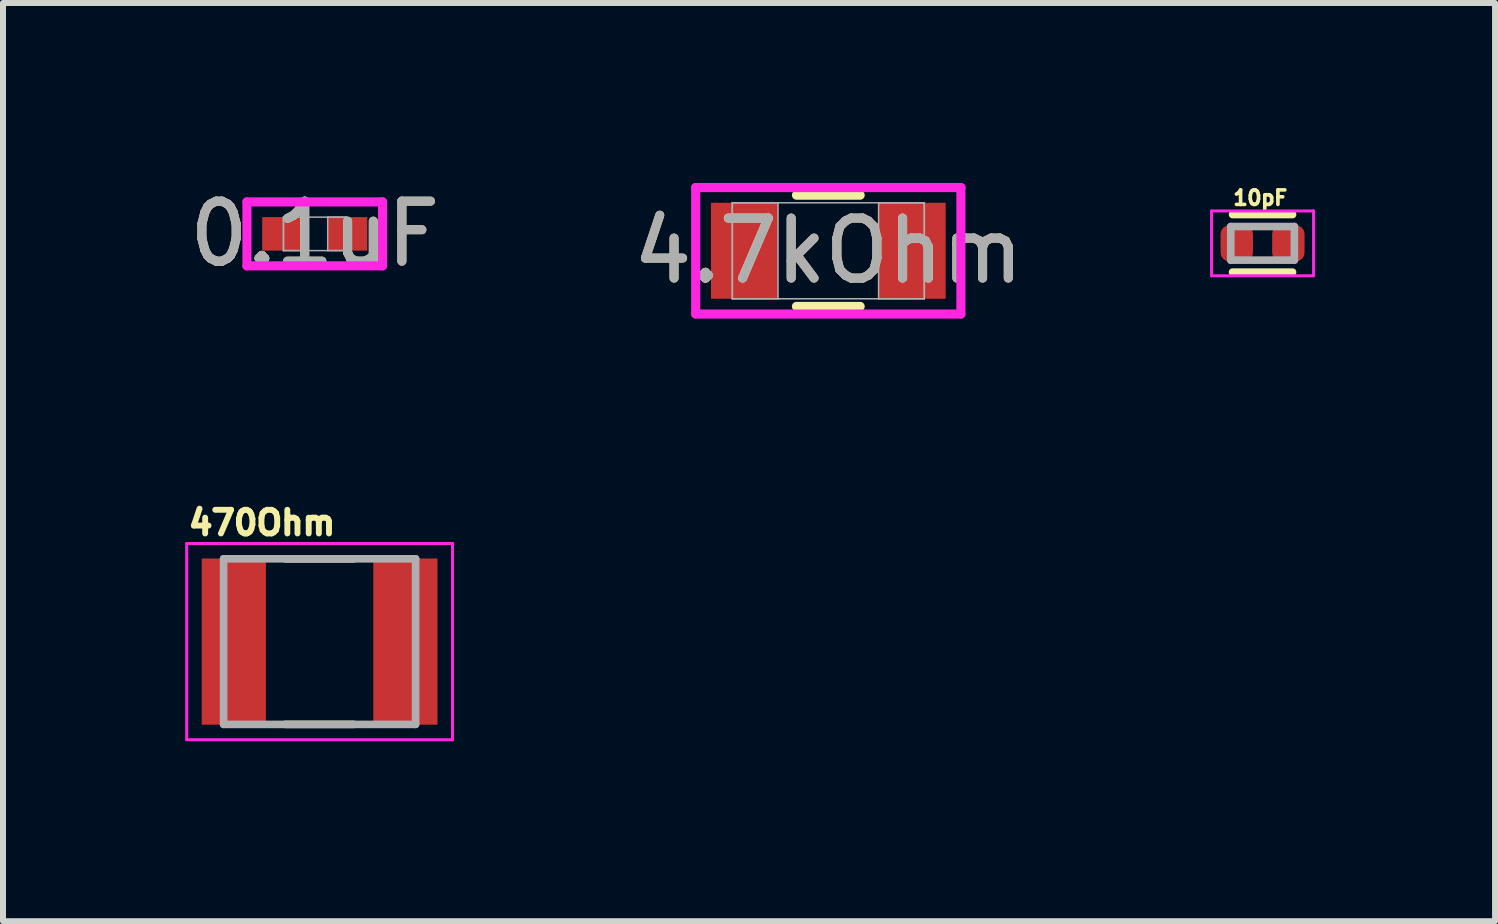
<source format=kicad_pcb>
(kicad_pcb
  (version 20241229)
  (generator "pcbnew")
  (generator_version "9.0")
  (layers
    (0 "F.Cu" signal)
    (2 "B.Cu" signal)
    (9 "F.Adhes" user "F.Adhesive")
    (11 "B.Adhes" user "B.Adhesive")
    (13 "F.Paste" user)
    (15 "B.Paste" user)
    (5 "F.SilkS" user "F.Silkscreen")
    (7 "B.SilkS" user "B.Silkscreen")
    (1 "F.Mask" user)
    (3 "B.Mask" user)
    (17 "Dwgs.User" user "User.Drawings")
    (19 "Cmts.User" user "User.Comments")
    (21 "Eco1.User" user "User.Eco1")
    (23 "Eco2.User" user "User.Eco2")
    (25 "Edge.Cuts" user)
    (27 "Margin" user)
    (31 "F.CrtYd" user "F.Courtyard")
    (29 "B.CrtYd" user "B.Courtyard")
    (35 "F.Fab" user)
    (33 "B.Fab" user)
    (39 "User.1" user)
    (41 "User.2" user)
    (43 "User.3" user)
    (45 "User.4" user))
  (footprint "4.7kOhm"
    (layer "F.Cu")
    (at 10.756 1.13)
    (property "Reference" "4.7kOhm" (at 0 0 0) (unlocked yes) (layer "F.SilkS") (effects (font (size 1 1) (thickness 0.15))))
    (attr smd)
    (fp_line (start -0.531 0.927) (end 0.531 0.927) (stroke (width 0.152) (type solid)) (layer "F.SilkS"))
    (fp_line (start 0.531 -0.927) (end -0.531 -0.927) (stroke (width 0.152) (type solid)) (layer "F.SilkS"))
    (fp_line (start -2.21 -1.054) (end 2.21 -1.054) (stroke (width 0.152) (type solid)) (layer "F.CrtYd"))
    (fp_line (start -2.21 1.054) (end -2.21 -1.054) (stroke (width 0.152) (type solid)) (layer "F.CrtYd"))
    (fp_line (start 2.21 -1.054) (end 2.21 1.054) (stroke (width 0.152) (type solid)) (layer "F.CrtYd"))
    (fp_line (start 2.21 1.054) (end -2.21 1.054) (stroke (width 0.152) (type solid)) (layer "F.CrtYd"))
    (fp_line (start -1.6 -0.8) (end -1.6 0.8) (stroke (width 0.025) (type solid)) (layer "F.Fab"))
    (fp_line (start -1.6 -0.8) (end -1.6 0.8) (stroke (width 0.025) (type solid)) (layer "F.Fab"))
    (fp_line (start -1.6 0.8) (end -0.838 0.8) (stroke (width 0.025) (type solid)) (layer "F.Fab"))
    (fp_line (start -1.6 0.8) (end 1.6 0.8) (stroke (width 0.025) (type solid)) (layer "F.Fab"))
    (fp_line (start -0.838 -0.8) (end -1.6 -0.8) (stroke (width 0.025) (type solid)) (layer "F.Fab"))
    (fp_line (start -0.838 0.8) (end -0.838 -0.8) (stroke (width 0.025) (type solid)) (layer "F.Fab"))
    (fp_line (start 0.838 -0.8) (end 0.838 0.8) (stroke (width 0.025) (type solid)) (layer "F.Fab"))
    (fp_line (start 0.838 0.8) (end 1.6 0.8) (stroke (width 0.025) (type solid)) (layer "F.Fab"))
    (fp_line (start 1.6 -0.8) (end -1.6 -0.8) (stroke (width 0.025) (type solid)) (layer "F.Fab"))
    (fp_line (start 1.6 -0.8) (end 0.838 -0.8) (stroke (width 0.025) (type solid)) (layer "F.Fab"))
    (fp_line (start 1.6 0.8) (end 1.6 -0.8) (stroke (width 0.025) (type solid)) (layer "F.Fab"))
    (fp_line (start 1.6 0.8) (end 1.6 -0.8) (stroke (width 0.025) (type solid)) (layer "F.Fab"))
    (fp_text user "${REFERENCE}" (at 0 0 0) (unlocked yes) (layer "F.Fab") (effects (font (size 1 1) (thickness 0.15))))
    (pad "1" smd rect (at -1.397 0) (size 1.118 1.6) (layers "F.Cu" "F.Mask" "F.Paste"))
    (pad "2" smd rect (at 1.397 0) (size 1.118 1.6) (layers "F.Cu" "F.Mask" "F.Paste"))
    (zone (net_name "") (layer "F.Cu") (hatch full 0.508) (connect_pads) (min_thickness 0.254) (filled_areas_thickness no) (keepout (tracks not_allowed) (vias not_allowed) (pads allowed) (copperpour not_allowed) (footprints allowed)) (placement (enabled no)) (fill) (polygon (pts (xy 9.969 0.381) (xy 11.543 0.381) (xy 11.543 1.88) (xy 9.969 1.88)))))
  (footprint "10pF"
    (layer "F.Cu")
    (at 17.994 1.006)
    (property "Reference" "10pF" (at -0.038 -0.758 0) (layer "F.SilkS") (effects (font (size 0.242 0.242) (thickness 0.15))))
    (attr smd)
    (fp_line (start -0.5 0.48) (end 0.5 0.48) (stroke (width 0.127) (type solid)) (layer "F.SilkS"))
    (fp_line (start 0.5 -0.48) (end -0.5 -0.48) (stroke (width 0.127) (type solid)) (layer "F.SilkS"))
    (fp_line (start -0.85 -0.54) (end -0.85 0.54) (stroke (width 0.05) (type solid)) (layer "F.CrtYd"))
    (fp_line (start -0.85 0.54) (end 0.85 0.54) (stroke (width 0.05) (type solid)) (layer "F.CrtYd"))
    (fp_line (start 0.85 -0.54) (end -0.85 -0.54) (stroke (width 0.05) (type solid)) (layer "F.CrtYd"))
    (fp_line (start 0.85 0.54) (end 0.85 -0.54) (stroke (width 0.05) (type solid)) (layer "F.CrtYd"))
    (fp_line (start -0.53 -0.28) (end -0.53 0.28) (stroke (width 0.127) (type solid)) (layer "F.Fab"))
    (fp_line (start -0.53 0.28) (end 0.53 0.28) (stroke (width 0.127) (type solid)) (layer "F.Fab"))
    (fp_line (start 0.53 -0.28) (end -0.53 -0.28) (stroke (width 0.127) (type solid)) (layer "F.Fab"))
    (fp_line (start 0.53 0.28) (end 0.53 -0.28) (stroke (width 0.127) (type solid)) (layer "F.Fab"))
    (pad "1" smd roundrect (at -0.43 0) (size 0.54 0.6) (layers "F.Cu" "F.Mask" "F.Paste") (roundrect_rratio 0.265))
    (pad "2" smd roundrect (at 0.43 0) (size 0.54 0.6) (layers "F.Cu" "F.Mask" "F.Paste") (roundrect_rratio 0.265)))
  (footprint "470Ohm"
    (layer "F.Cu")
    (at 2.277 7.644)
    (property "Reference" "470Ohm" (at -0.96 -1.98 0) (layer "F.SilkS") (effects (font (size 0.394 0.394) (thickness 0.15))))
    (attr smd)
    (fp_line (start -0.57 -1.38) (end 0.57 -1.38) (stroke (width 0.127) (type solid)) (layer "F.SilkS"))
    (fp_line (start -0.57 1.38) (end 0.57 1.38) (stroke (width 0.127) (type solid)) (layer "F.SilkS"))
    (fp_line (start -2.215 -1.635) (end 2.215 -1.635) (stroke (width 0.05) (type solid)) (layer "F.CrtYd"))
    (fp_line (start -2.215 1.635) (end -2.215 -1.635) (stroke (width 0.05) (type solid)) (layer "F.CrtYd"))
    (fp_line (start -2.215 1.635) (end 2.215 1.635) (stroke (width 0.05) (type solid)) (layer "F.CrtYd"))
    (fp_line (start 2.215 1.635) (end 2.215 -1.635) (stroke (width 0.05) (type solid)) (layer "F.CrtYd"))
    (fp_line (start -1.6 1.38) (end -1.6 -1.38) (stroke (width 0.127) (type solid)) (layer "F.Fab"))
    (fp_line (start 1.6 -1.38) (end -1.6 -1.38) (stroke (width 0.127) (type solid)) (layer "F.Fab"))
    (fp_line (start 1.6 1.38) (end -1.6 1.38) (stroke (width 0.127) (type solid)) (layer "F.Fab"))
    (fp_line (start 1.6 1.38) (end 1.6 -1.38) (stroke (width 0.127) (type solid)) (layer "F.Fab"))
    (pad "1" smd rect (at -1.43 0) (size 1.07 2.77) (layers "F.Cu" "F.Mask" "F.Paste"))
    (pad "2" smd rect (at 1.43 0) (size 1.07 2.77) (layers "F.Cu" "F.Mask" "F.Paste")))
  (footprint "0.1uF"
    (layer "F.Cu")
    (at 2.196 0.848)
    (property "Reference" "0.1uF" (at 0 0 0) (unlocked yes) (layer "F.SilkS") (effects (font (size 1 1) (thickness 0.15))))
    (attr smd)
    (fp_line (start -1.13 -0.533) (end 1.13 -0.533) (stroke (width 0.152) (type solid)) (layer "F.CrtYd"))
    (fp_line (start -1.13 0.533) (end -1.13 -0.533) (stroke (width 0.152) (type solid)) (layer "F.CrtYd"))
    (fp_line (start 1.13 -0.533) (end 1.13 0.533) (stroke (width 0.152) (type solid)) (layer "F.CrtYd"))
    (fp_line (start 1.13 0.533) (end -1.13 0.533) (stroke (width 0.152) (type solid)) (layer "F.CrtYd"))
    (fp_line (start -0.521 -0.279) (end -0.521 0.279) (stroke (width 0.025) (type solid)) (layer "F.Fab"))
    (fp_line (start -0.521 -0.279) (end -0.521 0.279) (stroke (width 0.025) (type solid)) (layer "F.Fab"))
    (fp_line (start -0.521 0.279) (end -0.216 0.279) (stroke (width 0.025) (type solid)) (layer "F.Fab"))
    (fp_line (start -0.521 0.279) (end 0.521 0.279) (stroke (width 0.025) (type solid)) (layer "F.Fab"))
    (fp_line (start -0.216 -0.279) (end -0.521 -0.279) (stroke (width 0.025) (type solid)) (layer "F.Fab"))
    (fp_line (start -0.216 0.279) (end -0.216 -0.279) (stroke (width 0.025) (type solid)) (layer "F.Fab"))
    (fp_line (start 0.216 -0.279) (end 0.216 0.279) (stroke (width 0.025) (type solid)) (layer "F.Fab"))
    (fp_line (start 0.216 0.279) (end 0.521 0.279) (stroke (width 0.025) (type solid)) (layer "F.Fab"))
    (fp_line (start 0.521 -0.279) (end -0.521 -0.279) (stroke (width 0.025) (type solid)) (layer "F.Fab"))
    (fp_line (start 0.521 -0.279) (end 0.216 -0.279) (stroke (width 0.025) (type solid)) (layer "F.Fab"))
    (fp_line (start 0.521 0.279) (end 0.521 -0.279) (stroke (width 0.025) (type solid)) (layer "F.Fab"))
    (fp_line (start 0.521 0.279) (end 0.521 -0.279) (stroke (width 0.025) (type solid)) (layer "F.Fab"))
    (fp_text user "${REFERENCE}" (at 0 0 0) (unlocked yes) (layer "F.Fab") (effects (font (size 1 1) (thickness 0.15))))
    (pad "1" smd rect (at -0.546 0) (size 0.66 0.559) (layers "F.Cu" "F.Mask" "F.Paste"))
    (pad "2" smd rect (at 0.546 0) (size 0.66 0.559) (layers "F.Cu" "F.Mask" "F.Paste"))
    (zone (net_name "") (layer "F.Cu") (hatch full 0.508) (connect_pads) (min_thickness 0.254) (filled_areas_thickness no) (keepout (tracks not_allowed) (vias not_allowed) (pads allowed) (copperpour not_allowed) (footprints allowed)) (placement (enabled no)) (fill) (polygon (pts (xy 2.031 0.62) (xy 2.362 0.62) (xy 2.362 1.077) (xy 2.031 1.077)))))
  (gr_rect
    (start -3 -3)
    (end 21.869 12.304)
    (stroke (width 0.1) (type default))
    (fill no)
    (layer "Edge.Cuts")))
</source>
